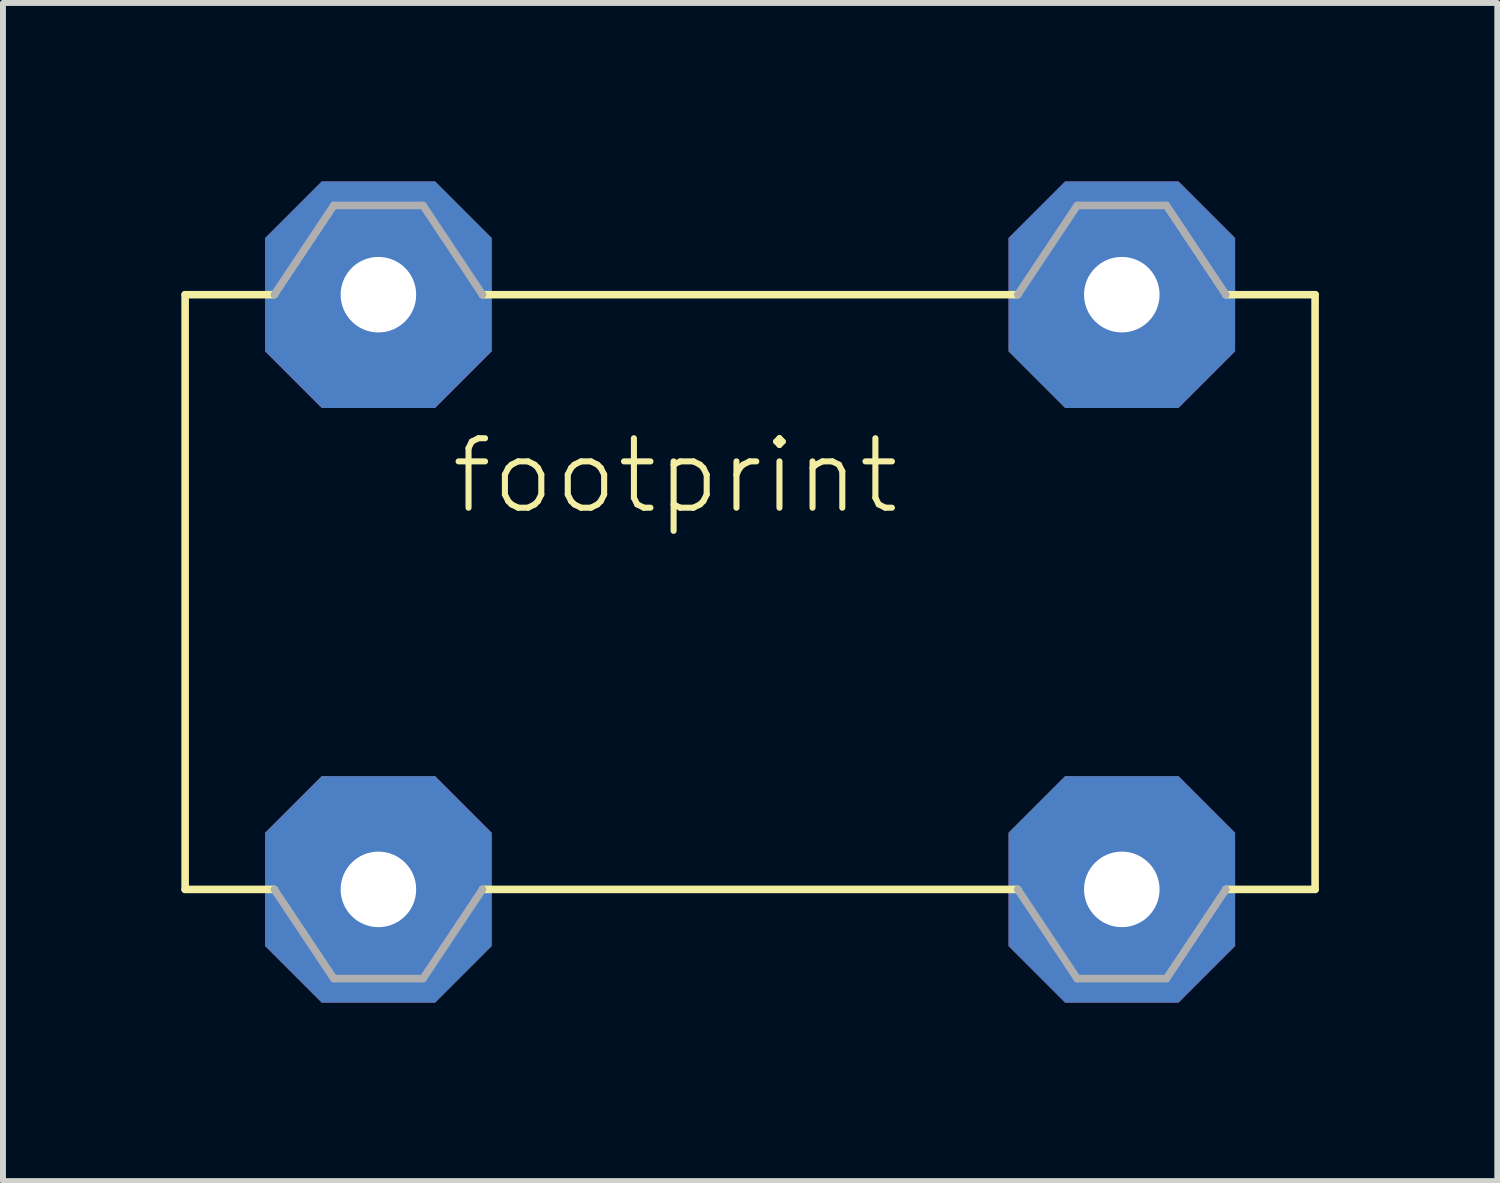
<source format=kicad_pcb>
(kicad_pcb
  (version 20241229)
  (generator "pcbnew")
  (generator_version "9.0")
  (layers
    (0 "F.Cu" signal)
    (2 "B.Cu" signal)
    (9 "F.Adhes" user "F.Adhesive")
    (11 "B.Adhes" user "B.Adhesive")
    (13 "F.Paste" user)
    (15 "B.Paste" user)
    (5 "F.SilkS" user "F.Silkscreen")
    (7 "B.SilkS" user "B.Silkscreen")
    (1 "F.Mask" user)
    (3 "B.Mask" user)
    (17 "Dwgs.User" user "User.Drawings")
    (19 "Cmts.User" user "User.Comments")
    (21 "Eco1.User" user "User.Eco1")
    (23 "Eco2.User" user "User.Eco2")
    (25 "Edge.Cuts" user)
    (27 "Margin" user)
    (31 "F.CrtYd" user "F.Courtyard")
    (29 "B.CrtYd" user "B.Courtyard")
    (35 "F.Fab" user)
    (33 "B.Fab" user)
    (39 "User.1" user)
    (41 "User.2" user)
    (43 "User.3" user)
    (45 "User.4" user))
  (footprint "footprint"
    (layer "F.Cu")
    (at 9.563 6.905)
    (property "Reference" "footprint" (at -5.08 -1.27 0) (layer "F.SilkS") (effects (font (size 1.168 1.168) (thickness 0.102)) (justify left bottom)))
    (fp_line (start -9.5 -5) (end -8 -5) (stroke (width 0.127) (type solid)) (layer "F.SilkS"))
    (fp_line (start -9.5 5) (end -9.5 -5) (stroke (width 0.127) (type solid)) (layer "F.SilkS"))
    (fp_line (start -8 5) (end -9.5 5) (stroke (width 0.127) (type solid)) (layer "F.SilkS"))
    (fp_line (start -4.5 -5) (end 4.5 -5) (stroke (width 0.127) (type solid)) (layer "F.SilkS"))
    (fp_line (start 4.5 5) (end -4.5 5) (stroke (width 0.127) (type solid)) (layer "F.SilkS"))
    (fp_line (start 8 -5) (end 9.5 -5) (stroke (width 0.127) (type solid)) (layer "F.SilkS"))
    (fp_line (start 9.5 -5) (end 9.5 5) (stroke (width 0.127) (type solid)) (layer "F.SilkS"))
    (fp_line (start 9.5 5) (end 8 5) (stroke (width 0.127) (type solid)) (layer "F.SilkS"))
    (fp_line (start -8 -5) (end -7 -6.5) (stroke (width 0.127) (type solid)) (layer "F.Fab"))
    (fp_line (start -7 -6.5) (end -5.5 -6.5) (stroke (width 0.127) (type solid)) (layer "F.Fab"))
    (fp_line (start -7 6.5) (end -8 5) (stroke (width 0.127) (type solid)) (layer "F.Fab"))
    (fp_line (start -5.5 -6.5) (end -4.5 -5) (stroke (width 0.127) (type solid)) (layer "F.Fab"))
    (fp_line (start -5.5 6.5) (end -7 6.5) (stroke (width 0.127) (type solid)) (layer "F.Fab"))
    (fp_line (start -4.5 5) (end -5.5 6.5) (stroke (width 0.127) (type solid)) (layer "F.Fab"))
    (fp_line (start 4.5 -5) (end 5.5 -6.5) (stroke (width 0.127) (type solid)) (layer "F.Fab"))
    (fp_line (start 5.5 -6.5) (end 7 -6.5) (stroke (width 0.127) (type solid)) (layer "F.Fab"))
    (fp_line (start 5.5 6.5) (end 4.5 5) (stroke (width 0.127) (type solid)) (layer "F.Fab"))
    (fp_line (start 7 -6.5) (end 8 -5) (stroke (width 0.127) (type solid)) (layer "F.Fab"))
    (fp_line (start 7 6.5) (end 5.5 6.5) (stroke (width 0.127) (type solid)) (layer "F.Fab"))
    (fp_line (start 8 5) (end 7 6.5) (stroke (width 0.127) (type solid)) (layer "F.Fab"))
    (pad "1" thru_hole roundrect (at -6.25 -5) (size 3.81 3.81) (drill 1.27) (layers "*.Cu" "*.Mask") (roundrect_rratio 0.25) (chamfer_ratio 0.25) (chamfer top_left top_right bottom_left bottom_right))
    (pad "2" thru_hole roundrect (at -6.25 5) (size 3.81 3.81) (drill 1.27) (layers "*.Cu" "*.Mask") (roundrect_rratio 0.25) (chamfer_ratio 0.25) (chamfer top_left top_right bottom_left bottom_right))
    (pad "3" thru_hole roundrect (at 6.25 -5) (size 3.81 3.81) (drill 1.27) (layers "*.Cu" "*.Mask") (roundrect_rratio 0.25) (chamfer_ratio 0.25) (chamfer top_left top_right bottom_left bottom_right))
    (pad "4" thru_hole roundrect (at 6.25 5) (size 3.81 3.81) (drill 1.27) (layers "*.Cu" "*.Mask") (roundrect_rratio 0.25) (chamfer_ratio 0.25) (chamfer top_left top_right bottom_left bottom_right)))
  (gr_rect
    (start -3 -3)
    (end 22.127 16.81)
    (stroke (width 0.1) (type default))
    (fill no)
    (layer "Edge.Cuts")))
</source>
